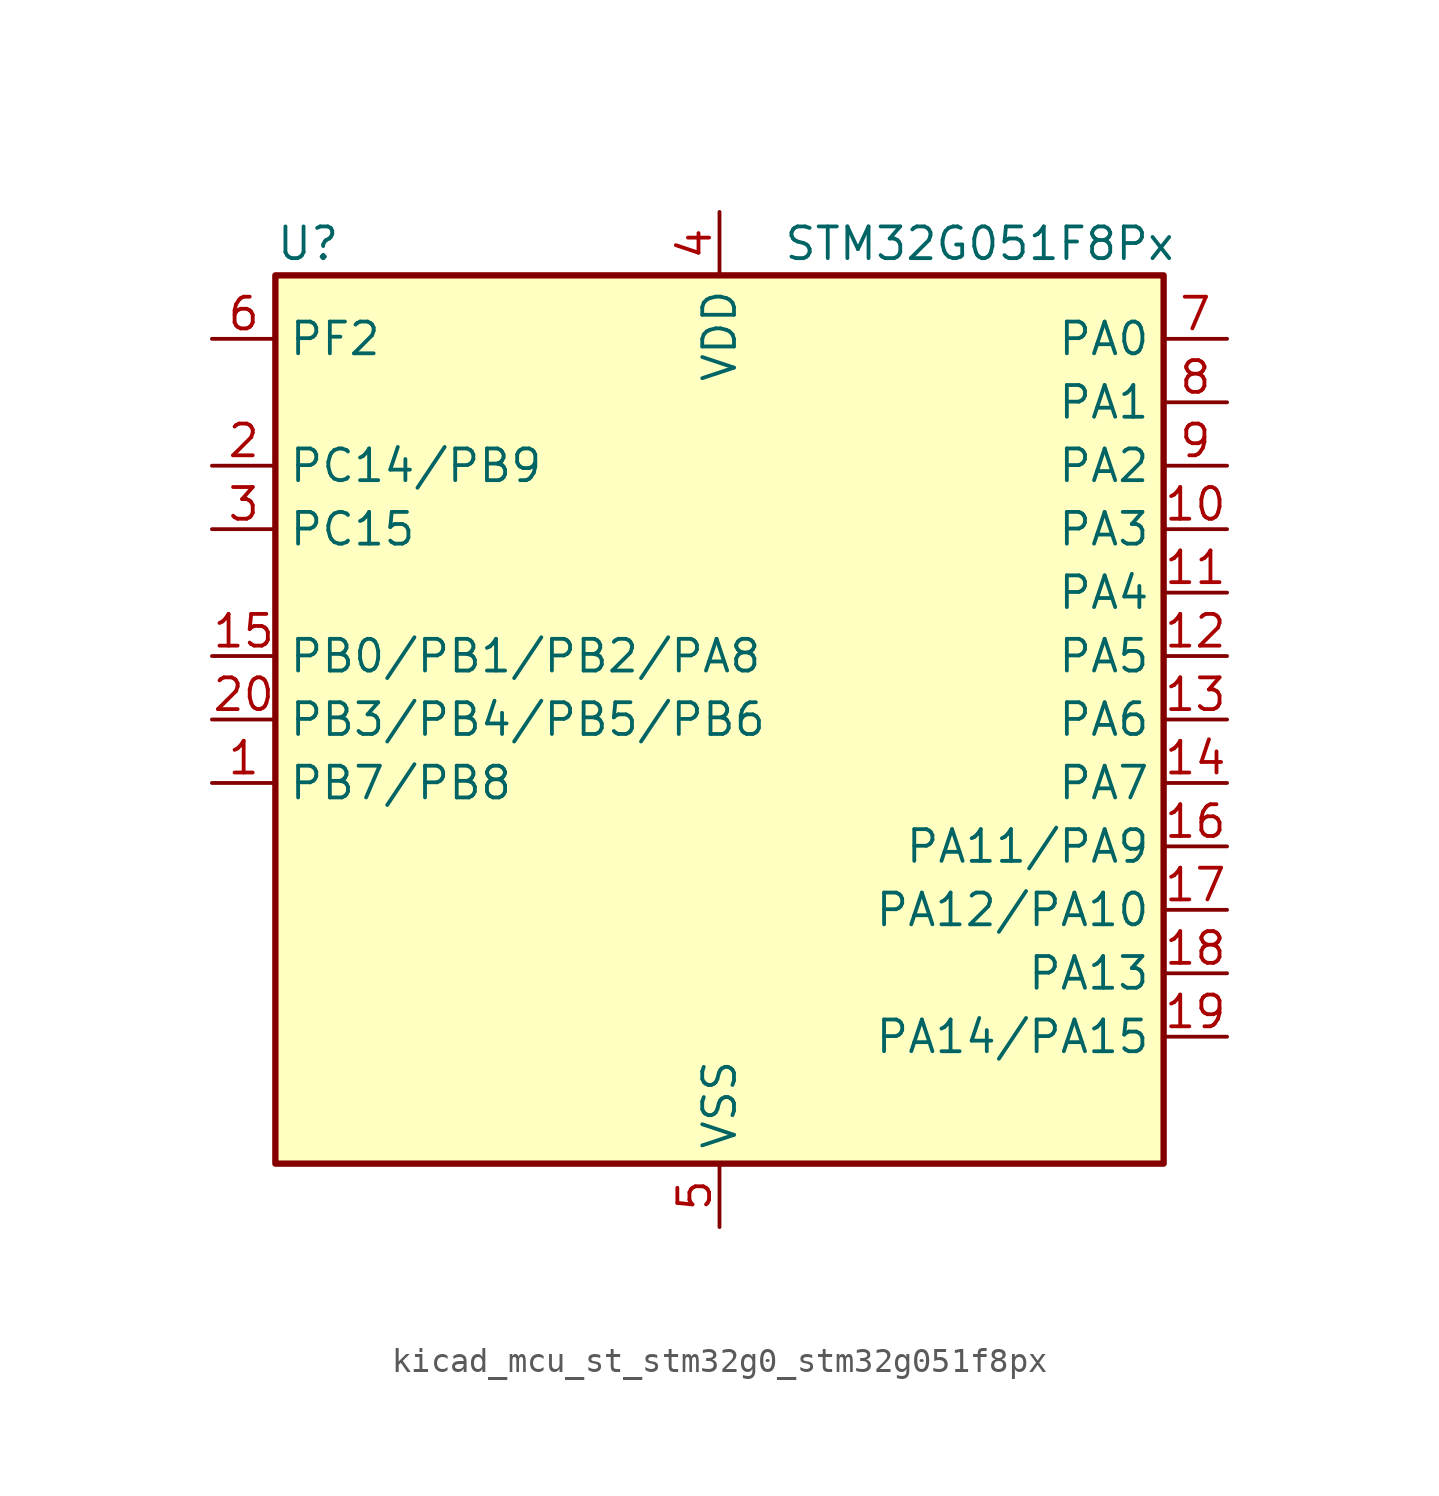
<source format=kicad_sym>
(kicad_symbol_lib
  (version 20220914)
  (generator kicad_symbol_editor)
  (symbol "kicad_mcu_st_stm32g0_stm32g051f8px"
    (property "Reference" "U"
      (at -17.78 19.05 0)
      (effects (font (size 1.27 1.27)) (justify left)))
    (property "Value" "STM32G051F8Px"
      (at 2.54 19.05 0)
      (effects (font (size 1.27 1.27)) (justify left)))
    (property "ki_locked" ""
      (at 0 0 0)
      (effects (font (size 1.27 1.27))))
    (symbol "kicad_mcu_st_stm32g0_stm32g051f8px_0_1"
      (rectangle (start -17.78 -17.78) (end 17.78 17.78) (stroke (width 0.254) (type default)) (fill (type background))))
    (symbol "kicad_mcu_st_stm32g0_stm32g051f8px_1_1"
      (pin bidirectional line (at -20.32 -2.54 0) (length 2.54) (name "PB7/PB8" (effects (font (size 1.27 1.27)))) (number "1" (effects (font (size 1.27 1.27)))) (alternate "ADC1_IN11" bidirectional line) (alternate "COMP2_INM" bidirectional line) (alternate "I2C1_SDA" bidirectional line) (alternate "LPTIM1_IN2" bidirectional line) (alternate "SPI2_MOSI" bidirectional line) (alternate "SYS_PVD_IN" bidirectional line) (alternate "TIM17_CH1N" bidirectional line) (alternate "USART1_RX" bidirectional line))
      (pin bidirectional line (at 20.32 7.62 180) (length 2.54) (name "PA3" (effects (font (size 1.27 1.27)))) (number "10" (effects (font (size 1.27 1.27)))) (alternate "ADC1_IN3" bidirectional line) (alternate "COMP2_INP" bidirectional line) (alternate "LPUART1_RX" bidirectional line) (alternate "SPI2_MISO" bidirectional line) (alternate "TIM15_CH2" bidirectional line) (alternate "TIM2_CH4" bidirectional line) (alternate "USART2_RX" bidirectional line))
      (pin bidirectional line (at 20.32 5.08 180) (length 2.54) (name "PA4" (effects (font (size 1.27 1.27)))) (number "11" (effects (font (size 1.27 1.27)))) (alternate "ADC1_IN4" bidirectional line) (alternate "DAC1_OUT1" bidirectional line) (alternate "I2S1_WS" bidirectional line) (alternate "LPTIM2_OUT" bidirectional line) (alternate "RTC_OUT1" bidirectional line) (alternate "RTC_TAMP_IN1" bidirectional line) (alternate "RTC_TS" bidirectional line) (alternate "SPI1_NSS" bidirectional line) (alternate "SPI2_MOSI" bidirectional line) (alternate "SYS_WKUP2" bidirectional line) (alternate "TIM14_CH1" bidirectional line))
      (pin bidirectional line (at 20.32 2.54 180) (length 2.54) (name "PA5" (effects (font (size 1.27 1.27)))) (number "12" (effects (font (size 1.27 1.27)))) (alternate "ADC1_IN5" bidirectional line) (alternate "DAC1_OUT2" bidirectional line) (alternate "I2S1_CK" bidirectional line) (alternate "LPTIM2_ETR" bidirectional line) (alternate "SPI1_SCK" bidirectional line) (alternate "TIM2_CH1" bidirectional line) (alternate "TIM2_ETR" bidirectional line))
      (pin bidirectional line (at 20.32 0 180) (length 2.54) (name "PA6" (effects (font (size 1.27 1.27)))) (number "13" (effects (font (size 1.27 1.27)))) (alternate "ADC1_IN6" bidirectional line) (alternate "COMP1_OUT" bidirectional line) (alternate "I2S1_MCK" bidirectional line) (alternate "LPUART1_CTS" bidirectional line) (alternate "SPI1_MISO" bidirectional line) (alternate "TIM16_CH1" bidirectional line) (alternate "TIM1_BK" bidirectional line) (alternate "TIM3_CH1" bidirectional line))
      (pin bidirectional line (at 20.32 -2.54 180) (length 2.54) (name "PA7" (effects (font (size 1.27 1.27)))) (number "14" (effects (font (size 1.27 1.27)))) (alternate "ADC1_IN7" bidirectional line) (alternate "COMP2_OUT" bidirectional line) (alternate "I2S1_SD" bidirectional line) (alternate "SPI1_MOSI" bidirectional line) (alternate "TIM14_CH1" bidirectional line) (alternate "TIM17_CH1" bidirectional line) (alternate "TIM1_CH1N" bidirectional line) (alternate "TIM3_CH2" bidirectional line))
      (pin bidirectional line (at -20.32 2.54 0) (length 2.54) (name "PB0/PB1/PB2/PA8" (effects (font (size 1.27 1.27)))) (number "15" (effects (font (size 1.27 1.27)))) (alternate "ADC1_IN8" bidirectional line) (alternate "COMP1_OUT" bidirectional line) (alternate "I2S1_WS" bidirectional line) (alternate "LPTIM1_OUT" bidirectional line) (alternate "SPI1_NSS" bidirectional line) (alternate "TIM1_CH2N" bidirectional line) (alternate "TIM3_CH3" bidirectional line))
      (pin bidirectional line (at 20.32 -5.08 180) (length 2.54) (name "PA11/PA9" (effects (font (size 1.27 1.27)))) (number "16" (effects (font (size 1.27 1.27)))) (alternate "ADC1_EXTI11" bidirectional line) (alternate "ADC1_IN15" bidirectional line) (alternate "COMP1_OUT" bidirectional line) (alternate "I2C2_SCL" bidirectional line) (alternate "I2S1_MCK" bidirectional line) (alternate "SPI1_MISO" bidirectional line) (alternate "TIM1_BK2" bidirectional line) (alternate "TIM1_CH4" bidirectional line) (alternate "USART1_CTS" bidirectional line) (alternate "USART1_NSS" bidirectional line))
      (pin bidirectional line (at 20.32 -7.62 180) (length 2.54) (name "PA12/PA10" (effects (font (size 1.27 1.27)))) (number "17" (effects (font (size 1.27 1.27)))) (alternate "ADC1_IN16" bidirectional line) (alternate "COMP2_OUT" bidirectional line) (alternate "I2C2_SDA" bidirectional line) (alternate "I2S1_SD" bidirectional line) (alternate "I2S_CKIN" bidirectional line) (alternate "SPI1_MOSI" bidirectional line) (alternate "TIM1_ETR" bidirectional line) (alternate "USART1_CK" bidirectional line) (alternate "USART1_DE" bidirectional line) (alternate "USART1_RTS" bidirectional line))
      (pin bidirectional line (at 20.32 -10.16 180) (length 2.54) (name "PA13" (effects (font (size 1.27 1.27)))) (number "18" (effects (font (size 1.27 1.27)))) (alternate "ADC1_IN17" bidirectional line) (alternate "IR_OUT" bidirectional line) (alternate "SYS_SWDIO" bidirectional line))
      (pin bidirectional line (at 20.32 -12.7 180) (length 2.54) (name "PA14/PA15" (effects (font (size 1.27 1.27)))) (number "19" (effects (font (size 1.27 1.27)))) (alternate "ADC1_IN18" bidirectional line) (alternate "SYS_SWCLK" bidirectional line) (alternate "USART2_TX" bidirectional line))
      (pin bidirectional line (at -20.32 10.16 0) (length 2.54) (name "PC14/PB9" (effects (font (size 1.27 1.27)))) (number "2" (effects (font (size 1.27 1.27)))) (alternate "RCC_OSC32_IN" bidirectional line) (alternate "RCC_OSC_IN" bidirectional line) (alternate "TIM1_BK2" bidirectional line))
      (pin bidirectional line (at -20.32 0 0) (length 2.54) (name "PB3/PB4/PB5/PB6" (effects (font (size 1.27 1.27)))) (number "20" (effects (font (size 1.27 1.27)))) (alternate "COMP2_INM" bidirectional line) (alternate "I2S1_CK" bidirectional line) (alternate "SPI1_SCK" bidirectional line) (alternate "TIM1_CH2" bidirectional line) (alternate "TIM2_CH2" bidirectional line) (alternate "USART1_CK" bidirectional line) (alternate "USART1_DE" bidirectional line) (alternate "USART1_RTS" bidirectional line))
      (pin bidirectional line (at -20.32 7.62 0) (length 2.54) (name "PC15" (effects (font (size 1.27 1.27)))) (number "3" (effects (font (size 1.27 1.27)))) (alternate "RCC_OSC32_EN" bidirectional line) (alternate "RCC_OSC32_OUT" bidirectional line) (alternate "RCC_OSC_EN" bidirectional line) (alternate "TIM15_BK" bidirectional line))
      (pin power_in line (at 0 20.32 270) (length 2.54) (name "VDD" (effects (font (size 1.27 1.27)))) (number "4" (effects (font (size 1.27 1.27)))))
      (pin power_in line (at 0 -20.32 90) (length 2.54) (name "VSS" (effects (font (size 1.27 1.27)))) (number "5" (effects (font (size 1.27 1.27)))))
      (pin bidirectional line (at -20.32 15.24 0) (length 2.54) (name "PF2" (effects (font (size 1.27 1.27)))) (number "6" (effects (font (size 1.27 1.27)))) (alternate "RCC_MCO" bidirectional line))
      (pin bidirectional line (at 20.32 15.24 180) (length 2.54) (name "PA0" (effects (font (size 1.27 1.27)))) (number "7" (effects (font (size 1.27 1.27)))) (alternate "ADC1_IN0" bidirectional line) (alternate "COMP1_INM" bidirectional line) (alternate "COMP1_OUT" bidirectional line) (alternate "LPTIM1_OUT" bidirectional line) (alternate "RTC_TAMP_IN2" bidirectional line) (alternate "SPI2_SCK" bidirectional line) (alternate "SYS_WKUP1" bidirectional line) (alternate "TIM2_CH1" bidirectional line) (alternate "TIM2_ETR" bidirectional line) (alternate "USART2_CTS" bidirectional line) (alternate "USART2_NSS" bidirectional line))
      (pin bidirectional line (at 20.32 12.7 180) (length 2.54) (name "PA1" (effects (font (size 1.27 1.27)))) (number "8" (effects (font (size 1.27 1.27)))) (alternate "ADC1_IN1" bidirectional line) (alternate "COMP1_INP" bidirectional line) (alternate "I2C1_SMBA" bidirectional line) (alternate "I2S1_CK" bidirectional line) (alternate "SPI1_SCK" bidirectional line) (alternate "TIM15_CH1N" bidirectional line) (alternate "TIM2_CH2" bidirectional line) (alternate "USART2_CK" bidirectional line) (alternate "USART2_DE" bidirectional line) (alternate "USART2_RTS" bidirectional line))
      (pin bidirectional line (at 20.32 10.16 180) (length 2.54) (name "PA2" (effects (font (size 1.27 1.27)))) (number "9" (effects (font (size 1.27 1.27)))) (alternate "ADC1_IN2" bidirectional line) (alternate "COMP2_INM" bidirectional line) (alternate "COMP2_OUT" bidirectional line) (alternate "I2S1_SD" bidirectional line) (alternate "LPUART1_TX" bidirectional line) (alternate "RCC_LSCO" bidirectional line) (alternate "SPI1_MOSI" bidirectional line) (alternate "SYS_WKUP4" bidirectional line) (alternate "TIM15_CH1" bidirectional line) (alternate "TIM2_CH3" bidirectional line) (alternate "USART2_TX" bidirectional line)))))
</source>
